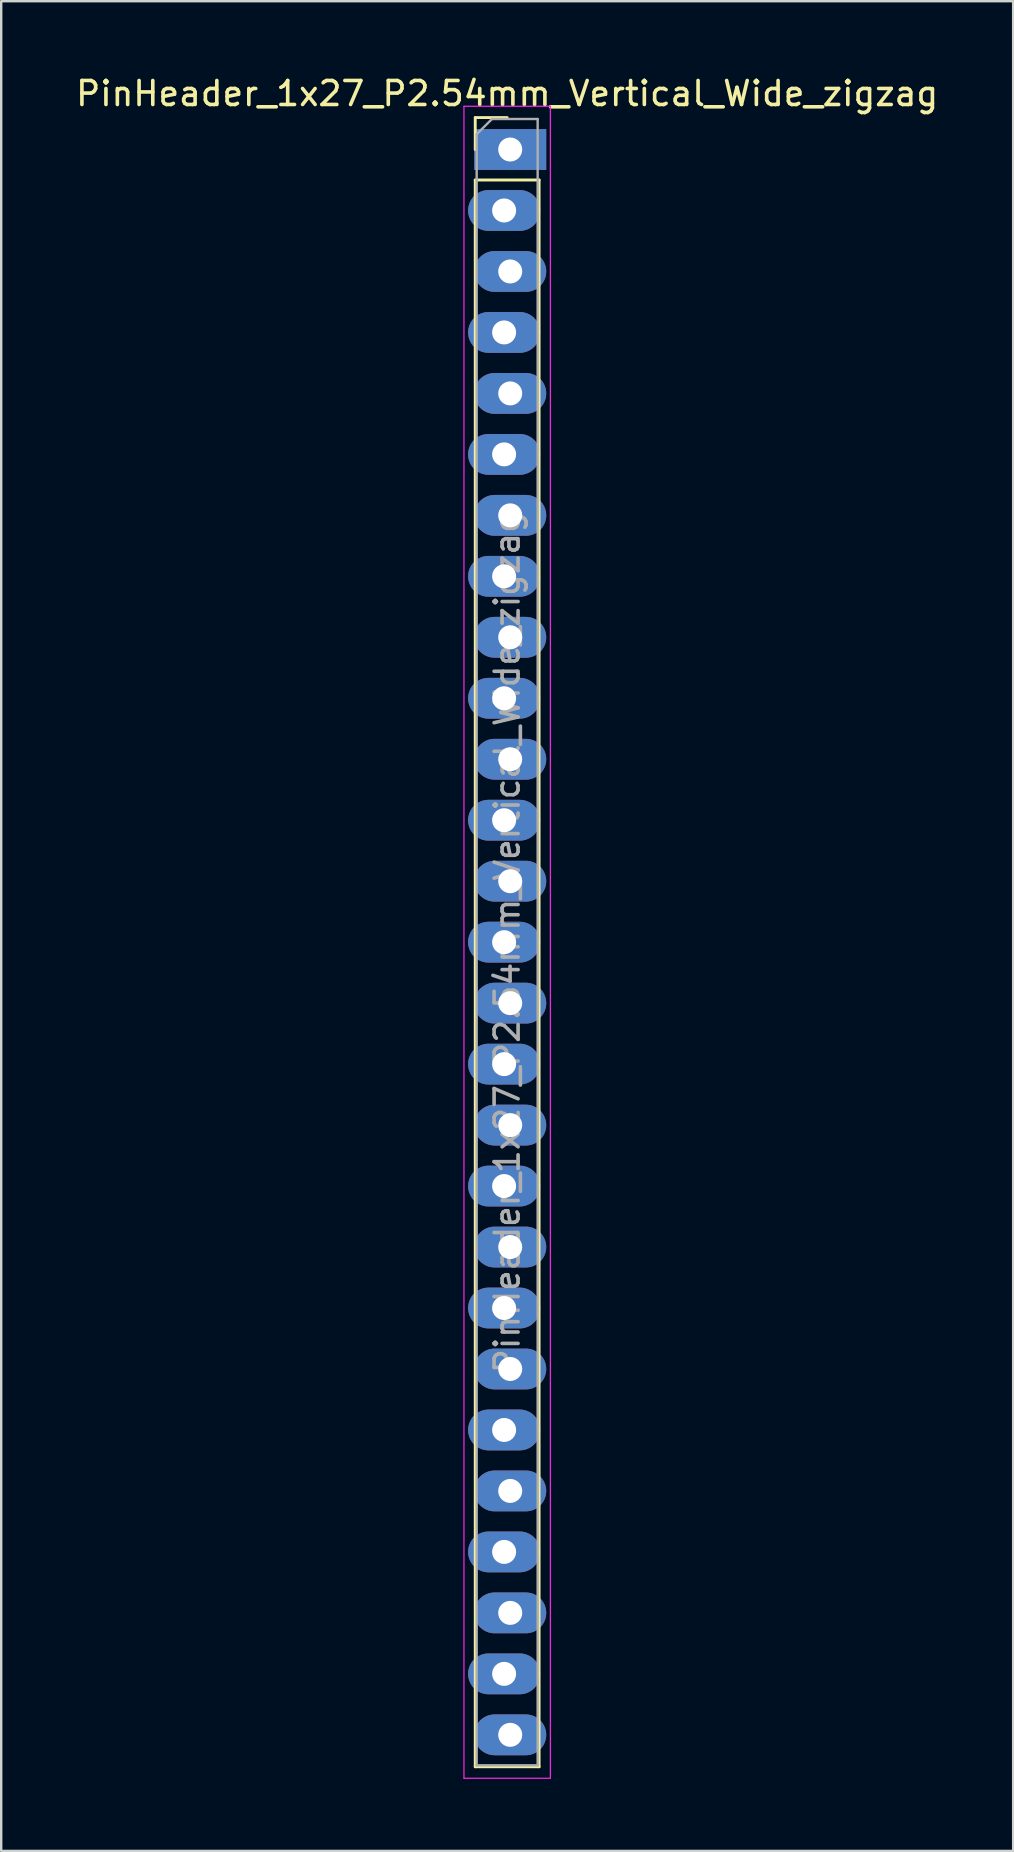
<source format=kicad_pcb>
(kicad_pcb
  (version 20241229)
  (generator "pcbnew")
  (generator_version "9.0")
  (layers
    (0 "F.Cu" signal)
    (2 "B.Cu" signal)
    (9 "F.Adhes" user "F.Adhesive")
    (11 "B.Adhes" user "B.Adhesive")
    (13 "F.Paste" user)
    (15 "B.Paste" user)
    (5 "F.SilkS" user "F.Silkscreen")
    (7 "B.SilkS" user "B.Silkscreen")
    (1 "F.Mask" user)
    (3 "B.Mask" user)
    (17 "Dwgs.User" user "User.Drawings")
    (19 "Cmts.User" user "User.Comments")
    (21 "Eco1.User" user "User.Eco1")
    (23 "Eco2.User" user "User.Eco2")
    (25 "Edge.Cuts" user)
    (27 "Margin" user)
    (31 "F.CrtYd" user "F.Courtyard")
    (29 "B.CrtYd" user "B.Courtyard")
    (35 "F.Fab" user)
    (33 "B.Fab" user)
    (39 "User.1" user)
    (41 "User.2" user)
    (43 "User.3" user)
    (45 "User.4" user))
  (footprint "PinHeader_1x27_P2.54mm_Vertical_Wide_zigzag"
    (layer "F.Cu")
    (at 18.077 3.178)
    (property "Reference" "PinHeader_1x27_P2.54mm_Vertical_Wide_zigzag" (at 0 -2.33 0) (layer "F.SilkS") (effects (font (size 1 1) (thickness 0.15))))
    (attr through_hole)
    (fp_line (start -1.33 -1.33) (end 0 -1.33) (stroke (width 0.12) (type solid)) (layer "F.SilkS"))
    (fp_line (start -1.33 0) (end -1.33 -1.33) (stroke (width 0.12) (type solid)) (layer "F.SilkS"))
    (fp_line (start -1.33 1.27) (end -1.33 67.37) (stroke (width 0.12) (type solid)) (layer "F.SilkS"))
    (fp_line (start -1.33 1.27) (end 1.33 1.27) (stroke (width 0.12) (type solid)) (layer "F.SilkS"))
    (fp_line (start -1.33 67.37) (end 1.33 67.37) (stroke (width 0.12) (type solid)) (layer "F.SilkS"))
    (fp_line (start 1.33 1.27) (end 1.33 67.37) (stroke (width 0.12) (type solid)) (layer "F.SilkS"))
    (fp_line (start -1.8 -1.8) (end -1.8 67.85) (stroke (width 0.05) (type solid)) (layer "F.CrtYd"))
    (fp_line (start -1.8 67.85) (end 1.8 67.85) (stroke (width 0.05) (type solid)) (layer "F.CrtYd"))
    (fp_line (start 1.8 -1.8) (end -1.8 -1.8) (stroke (width 0.05) (type solid)) (layer "F.CrtYd"))
    (fp_line (start 1.8 67.85) (end 1.8 -1.8) (stroke (width 0.05) (type solid)) (layer "F.CrtYd"))
    (fp_line (start -1.27 -0.635) (end -0.635 -1.27) (stroke (width 0.1) (type solid)) (layer "F.Fab"))
    (fp_line (start -1.27 67.31) (end -1.27 -0.635) (stroke (width 0.1) (type solid)) (layer "F.Fab"))
    (fp_line (start -0.635 -1.27) (end 1.27 -1.27) (stroke (width 0.1) (type solid)) (layer "F.Fab"))
    (fp_line (start 1.27 -1.27) (end 1.27 67.31) (stroke (width 0.1) (type solid)) (layer "F.Fab"))
    (fp_line (start 1.27 67.31) (end -1.27 67.31) (stroke (width 0.1) (type solid)) (layer "F.Fab"))
    (fp_text user "${REFERENCE}" (at 0 33.02 90) (layer "F.Fab") (effects (font (size 1 1) (thickness 0.15))))
    (pad "1" thru_hole rect (at 0.127 0) (size 3 1.7) (drill 1) (layers "*.Cu" "*.Mask"))
    (pad "2" thru_hole oval (at -0.127 2.54) (size 3 1.7) (drill 1) (layers "*.Cu" "*.Mask"))
    (pad "3" thru_hole oval (at 0.127 5.08) (size 3 1.7) (drill 1) (layers "*.Cu" "*.Mask"))
    (pad "4" thru_hole oval (at -0.127 7.62) (size 3 1.7) (drill 1) (layers "*.Cu" "*.Mask"))
    (pad "5" thru_hole oval (at 0.127 10.16) (size 3 1.7) (drill 1) (layers "*.Cu" "*.Mask"))
    (pad "6" thru_hole oval (at -0.127 12.7) (size 3 1.7) (drill 1) (layers "*.Cu" "*.Mask"))
    (pad "7" thru_hole oval (at 0.127 15.24) (size 3 1.7) (drill 1) (layers "*.Cu" "*.Mask"))
    (pad "8" thru_hole oval (at -0.127 17.78) (size 3 1.7) (drill 1) (layers "*.Cu" "*.Mask"))
    (pad "9" thru_hole oval (at 0.127 20.32) (size 3 1.7) (drill 1) (layers "*.Cu" "*.Mask"))
    (pad "10" thru_hole oval (at -0.127 22.86) (size 3 1.7) (drill 1) (layers "*.Cu" "*.Mask"))
    (pad "11" thru_hole oval (at 0.127 25.4) (size 3 1.7) (drill 1) (layers "*.Cu" "*.Mask"))
    (pad "12" thru_hole oval (at -0.127 27.94) (size 3 1.7) (drill 1) (layers "*.Cu" "*.Mask"))
    (pad "13" thru_hole oval (at 0.127 30.48) (size 3 1.7) (drill 1) (layers "*.Cu" "*.Mask"))
    (pad "14" thru_hole oval (at -0.127 33.02) (size 3 1.7) (drill 1) (layers "*.Cu" "*.Mask"))
    (pad "15" thru_hole oval (at 0.127 35.56) (size 3 1.7) (drill 1) (layers "*.Cu" "*.Mask"))
    (pad "16" thru_hole oval (at -0.127 38.1) (size 3 1.7) (drill 1) (layers "*.Cu" "*.Mask"))
    (pad "17" thru_hole oval (at 0.127 40.64) (size 3 1.7) (drill 1) (layers "*.Cu" "*.Mask"))
    (pad "18" thru_hole oval (at -0.127 43.18) (size 3 1.7) (drill 1) (layers "*.Cu" "*.Mask"))
    (pad "19" thru_hole oval (at 0.127 45.72) (size 3 1.7) (drill 1) (layers "*.Cu" "*.Mask"))
    (pad "20" thru_hole oval (at -0.127 48.26) (size 3 1.7) (drill 1) (layers "*.Cu" "*.Mask"))
    (pad "21" thru_hole oval (at 0.127 50.8) (size 3 1.7) (drill 1) (layers "*.Cu" "*.Mask"))
    (pad "22" thru_hole oval (at -0.127 53.34) (size 3 1.7) (drill 1) (layers "*.Cu" "*.Mask"))
    (pad "23" thru_hole oval (at 0.127 55.88) (size 3 1.7) (drill 1) (layers "*.Cu" "*.Mask"))
    (pad "24" thru_hole oval (at -0.127 58.42) (size 3 1.7) (drill 1) (layers "*.Cu" "*.Mask"))
    (pad "25" thru_hole oval (at 0.127 60.96) (size 3 1.7) (drill 1) (layers "*.Cu" "*.Mask"))
    (pad "26" thru_hole oval (at -0.127 63.5) (size 3 1.7) (drill 1) (layers "*.Cu" "*.Mask"))
    (pad "27" thru_hole oval (at 0.127 66.04) (size 3 1.7) (drill 1) (layers "*.Cu" "*.Mask")))
  (gr_rect
    (start -3 -3)
    (end 39.155 74.053)
    (stroke (width 0.1) (type default))
    (fill no)
    (layer "Edge.Cuts")))
</source>
